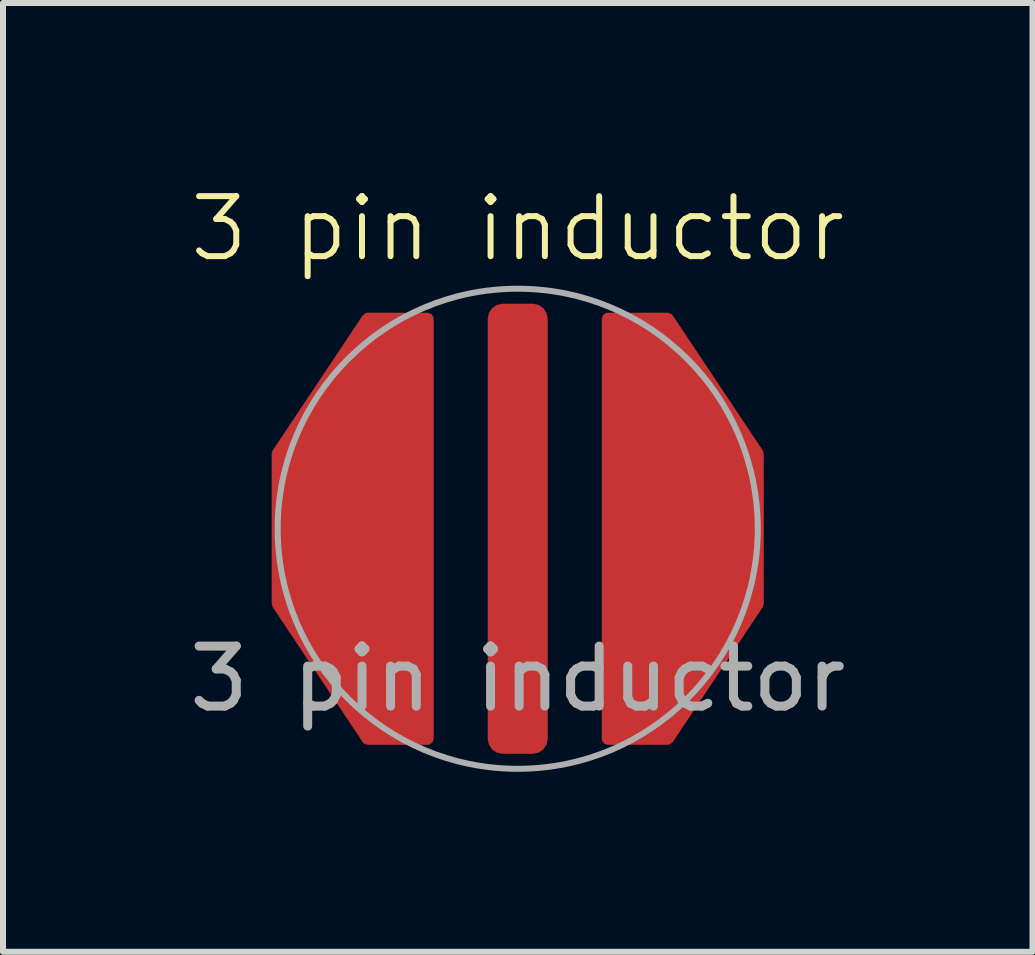
<source format=kicad_pcb>
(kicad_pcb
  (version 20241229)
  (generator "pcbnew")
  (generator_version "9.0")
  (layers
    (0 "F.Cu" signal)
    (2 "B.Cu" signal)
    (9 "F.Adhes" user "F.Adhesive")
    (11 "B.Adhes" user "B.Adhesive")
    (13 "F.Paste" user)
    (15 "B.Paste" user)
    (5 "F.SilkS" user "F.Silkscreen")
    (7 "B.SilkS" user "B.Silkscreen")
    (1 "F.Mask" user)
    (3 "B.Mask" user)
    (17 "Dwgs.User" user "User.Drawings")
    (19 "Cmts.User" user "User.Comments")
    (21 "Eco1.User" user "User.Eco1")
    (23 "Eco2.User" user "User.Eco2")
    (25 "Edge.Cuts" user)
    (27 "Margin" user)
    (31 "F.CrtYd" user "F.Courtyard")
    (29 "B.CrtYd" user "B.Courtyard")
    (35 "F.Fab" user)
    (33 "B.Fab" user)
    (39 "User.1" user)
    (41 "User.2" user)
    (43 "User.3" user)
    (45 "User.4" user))
  (footprint "3 pin inductor"
    (layer "F.Cu")
    (at 5.577 5.761)
    (property "Reference" "3 pin inductor" (at 0 -5 0) (unlocked yes) (layer "F.SilkS") (effects (font (size 1 1) (thickness 0.1))))
    (attr smd)
    (fp_circle (center 0 0) (end 4 0) (stroke (width 0.1) (type default)) (fill no) (layer "F.Fab"))
    (fp_text user "${REFERENCE}" (at 0 2.5 0) (unlocked yes) (layer "F.Fab") (effects (font (size 1 1) (thickness 0.15))))
    (pad "1" smd roundrect (at 0 0) (size 1 7.5) (layers "F.Cu" "F.Mask" "F.Paste") (roundrect_rratio 0.25))
    (pad "2" smd custom (at -2.5 -0.25) (size 2 3.5) (layers "F.Cu" "F.Mask" "F.Paste") (options (anchor rect)) (primitives (gr_poly (pts (xy 1 -3.25) (xy 0 -3.25) (xy -1.5 -1) (xy -1.5 1.5) (xy 0 3.75) (xy 1 3.75)) (width 0.2) (fill yes))))
    (pad "3" smd custom (at 2.5 -0.25) (size 2 3.5) (layers "F.Cu" "F.Mask" "F.Paste") (options (anchor rect)) (primitives (gr_poly (pts (xy -1 -3.25) (xy 0 -3.25) (xy 1.5 -1) (xy 1.5 1.5) (xy 0 3.75) (xy -1 3.75)) (width 0.2) (fill yes)))))
  (gr_rect
    (start -3 -3)
    (end 14.155 12.81)
    (stroke (width 0.1) (type default))
    (fill no)
    (layer "Edge.Cuts")))
</source>
